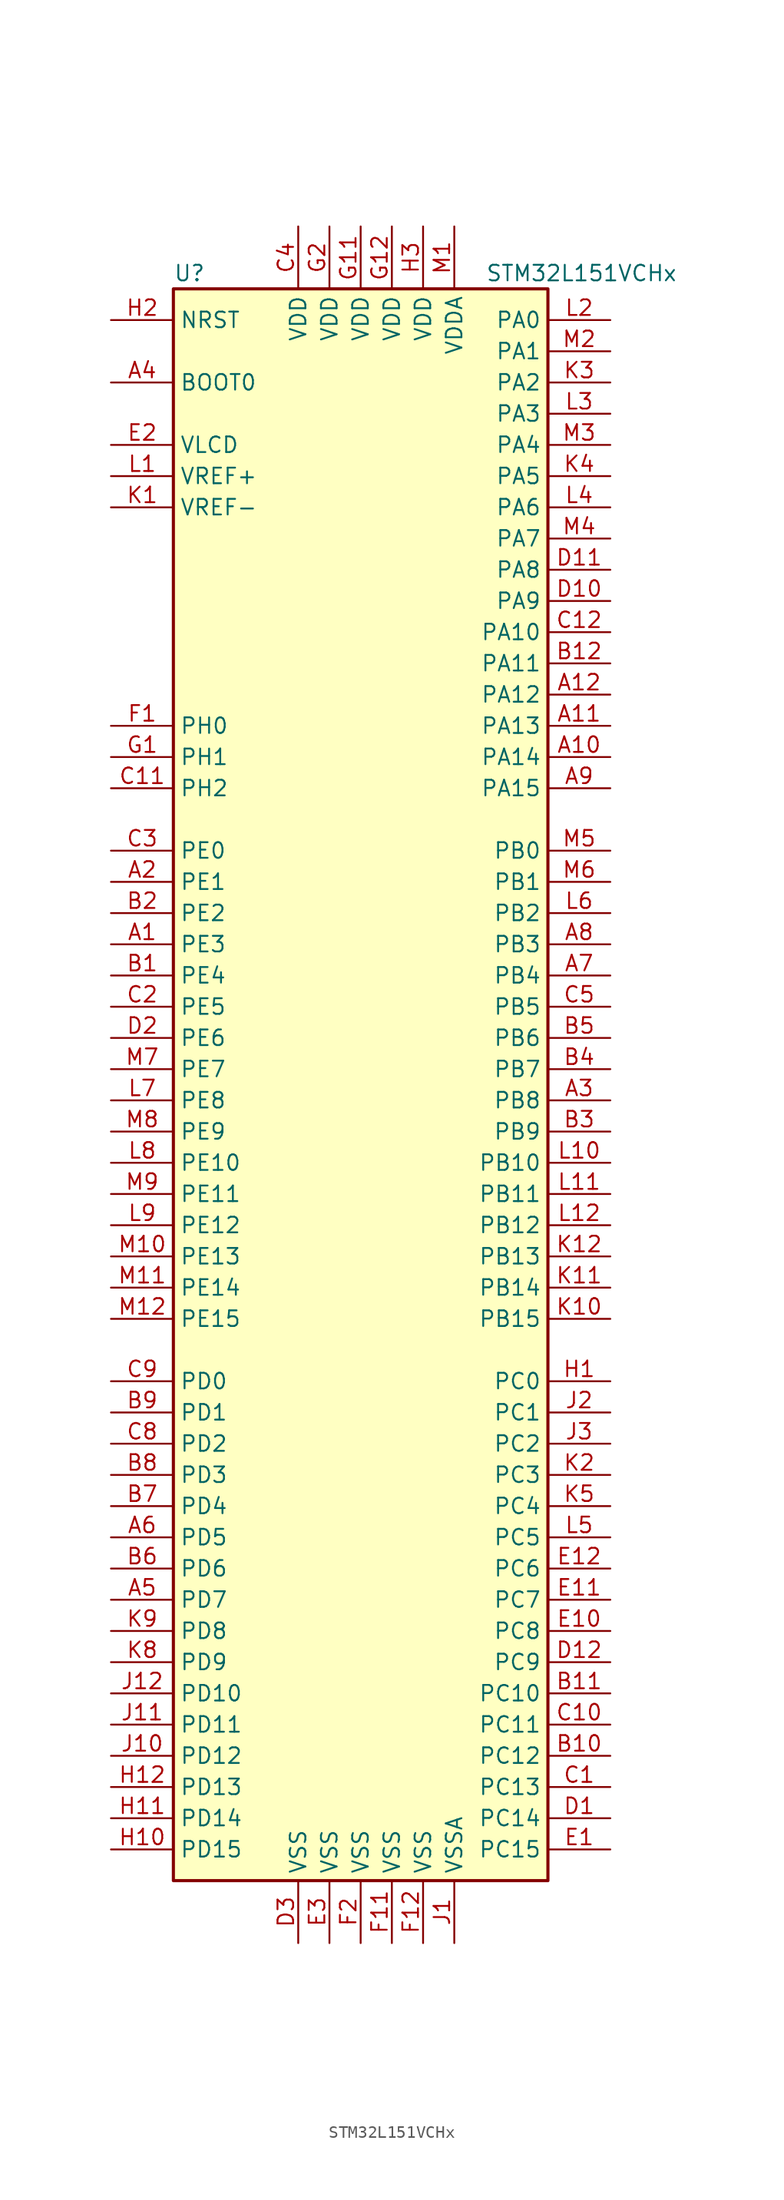
<source format=kicad_sym>
(kicad_symbol_lib
  (version 20211014)
  (generator kicad_symbol_editor)
  (symbol "STM32L151VCHx"
    (property "Reference" "U"
      (at -15.24 64.77 0)
      (effects (font (size 1.27 1.27)) (justify left)))
    (property "Value" "STM32L151VCHx"
      (at 10.16 64.77 0)
      (effects (font (size 1.27 1.27)) (justify left)))
    (symbol "STM32L151VCHx_0_1"
      (rectangle (start -15.24 -66.04) (end 15.24 63.5) (stroke (width 0.254) (type default) (color 0 0 0 0)) (fill (type background))))
    (symbol "STM32L151VCHx_1_1"
      (pin bidirectional line (at -20.32 10.16 0) (length 5.08) (name "PE3" (effects (font (size 1.27 1.27)))) (number "A1" (effects (font (size 1.27 1.27)))))
      (pin bidirectional line (at 20.32 25.4 180) (length 5.08) (name "PA14" (effects (font (size 1.27 1.27)))) (number "A10" (effects (font (size 1.27 1.27)))))
      (pin bidirectional line (at 20.32 27.94 180) (length 5.08) (name "PA13" (effects (font (size 1.27 1.27)))) (number "A11" (effects (font (size 1.27 1.27)))))
      (pin bidirectional line (at 20.32 30.48 180) (length 5.08) (name "PA12" (effects (font (size 1.27 1.27)))) (number "A12" (effects (font (size 1.27 1.27)))))
      (pin bidirectional line (at -20.32 15.24 0) (length 5.08) (name "PE1" (effects (font (size 1.27 1.27)))) (number "A2" (effects (font (size 1.27 1.27)))))
      (pin bidirectional line (at 20.32 -2.54 180) (length 5.08) (name "PB8" (effects (font (size 1.27 1.27)))) (number "A3" (effects (font (size 1.27 1.27)))))
      (pin input line (at -20.32 55.88 0) (length 5.08) (name "BOOT0" (effects (font (size 1.27 1.27)))) (number "A4" (effects (font (size 1.27 1.27)))))
      (pin bidirectional line (at -20.32 -43.18 0) (length 5.08) (name "PD7" (effects (font (size 1.27 1.27)))) (number "A5" (effects (font (size 1.27 1.27)))))
      (pin bidirectional line (at -20.32 -38.1 0) (length 5.08) (name "PD5" (effects (font (size 1.27 1.27)))) (number "A6" (effects (font (size 1.27 1.27)))))
      (pin bidirectional line (at 20.32 7.62 180) (length 5.08) (name "PB4" (effects (font (size 1.27 1.27)))) (number "A7" (effects (font (size 1.27 1.27)))))
      (pin bidirectional line (at 20.32 10.16 180) (length 5.08) (name "PB3" (effects (font (size 1.27 1.27)))) (number "A8" (effects (font (size 1.27 1.27)))))
      (pin bidirectional line (at 20.32 22.86 180) (length 5.08) (name "PA15" (effects (font (size 1.27 1.27)))) (number "A9" (effects (font (size 1.27 1.27)))))
      (pin bidirectional line (at -20.32 7.62 0) (length 5.08) (name "PE4" (effects (font (size 1.27 1.27)))) (number "B1" (effects (font (size 1.27 1.27)))))
      (pin bidirectional line (at 20.32 -55.88 180) (length 5.08) (name "PC12" (effects (font (size 1.27 1.27)))) (number "B10" (effects (font (size 1.27 1.27)))))
      (pin bidirectional line (at 20.32 -50.8 180) (length 5.08) (name "PC10" (effects (font (size 1.27 1.27)))) (number "B11" (effects (font (size 1.27 1.27)))))
      (pin bidirectional line (at 20.32 33.02 180) (length 5.08) (name "PA11" (effects (font (size 1.27 1.27)))) (number "B12" (effects (font (size 1.27 1.27)))))
      (pin bidirectional line (at -20.32 12.7 0) (length 5.08) (name "PE2" (effects (font (size 1.27 1.27)))) (number "B2" (effects (font (size 1.27 1.27)))))
      (pin bidirectional line (at 20.32 -5.08 180) (length 5.08) (name "PB9" (effects (font (size 1.27 1.27)))) (number "B3" (effects (font (size 1.27 1.27)))))
      (pin bidirectional line (at 20.32 0 180) (length 5.08) (name "PB7" (effects (font (size 1.27 1.27)))) (number "B4" (effects (font (size 1.27 1.27)))))
      (pin bidirectional line (at 20.32 2.54 180) (length 5.08) (name "PB6" (effects (font (size 1.27 1.27)))) (number "B5" (effects (font (size 1.27 1.27)))))
      (pin bidirectional line (at -20.32 -40.64 0) (length 5.08) (name "PD6" (effects (font (size 1.27 1.27)))) (number "B6" (effects (font (size 1.27 1.27)))))
      (pin bidirectional line (at -20.32 -35.56 0) (length 5.08) (name "PD4" (effects (font (size 1.27 1.27)))) (number "B7" (effects (font (size 1.27 1.27)))))
      (pin bidirectional line (at -20.32 -33.02 0) (length 5.08) (name "PD3" (effects (font (size 1.27 1.27)))) (number "B8" (effects (font (size 1.27 1.27)))))
      (pin bidirectional line (at -20.32 -27.94 0) (length 5.08) (name "PD1" (effects (font (size 1.27 1.27)))) (number "B9" (effects (font (size 1.27 1.27)))))
      (pin bidirectional line (at 20.32 -58.42 180) (length 5.08) (name "PC13" (effects (font (size 1.27 1.27)))) (number "C1" (effects (font (size 1.27 1.27)))))
      (pin bidirectional line (at 20.32 -53.34 180) (length 5.08) (name "PC11" (effects (font (size 1.27 1.27)))) (number "C10" (effects (font (size 1.27 1.27)))))
      (pin bidirectional line (at -20.32 22.86 0) (length 5.08) (name "PH2" (effects (font (size 1.27 1.27)))) (number "C11" (effects (font (size 1.27 1.27)))))
      (pin bidirectional line (at 20.32 35.56 180) (length 5.08) (name "PA10" (effects (font (size 1.27 1.27)))) (number "C12" (effects (font (size 1.27 1.27)))))
      (pin bidirectional line (at -20.32 5.08 0) (length 5.08) (name "PE5" (effects (font (size 1.27 1.27)))) (number "C2" (effects (font (size 1.27 1.27)))))
      (pin bidirectional line (at -20.32 17.78 0) (length 5.08) (name "PE0" (effects (font (size 1.27 1.27)))) (number "C3" (effects (font (size 1.27 1.27)))))
      (pin power_in line (at -5.08 68.58 270) (length 5.08) (name "VDD" (effects (font (size 1.27 1.27)))) (number "C4" (effects (font (size 1.27 1.27)))))
      (pin bidirectional line (at 20.32 5.08 180) (length 5.08) (name "PB5" (effects (font (size 1.27 1.27)))) (number "C5" (effects (font (size 1.27 1.27)))))
      (pin bidirectional line (at -20.32 -30.48 0) (length 5.08) (name "PD2" (effects (font (size 1.27 1.27)))) (number "C8" (effects (font (size 1.27 1.27)))))
      (pin bidirectional line (at -20.32 -25.4 0) (length 5.08) (name "PD0" (effects (font (size 1.27 1.27)))) (number "C9" (effects (font (size 1.27 1.27)))))
      (pin bidirectional line (at 20.32 -60.96 180) (length 5.08) (name "PC14" (effects (font (size 1.27 1.27)))) (number "D1" (effects (font (size 1.27 1.27)))))
      (pin bidirectional line (at 20.32 38.1 180) (length 5.08) (name "PA9" (effects (font (size 1.27 1.27)))) (number "D10" (effects (font (size 1.27 1.27)))))
      (pin bidirectional line (at 20.32 40.64 180) (length 5.08) (name "PA8" (effects (font (size 1.27 1.27)))) (number "D11" (effects (font (size 1.27 1.27)))))
      (pin bidirectional line (at 20.32 -48.26 180) (length 5.08) (name "PC9" (effects (font (size 1.27 1.27)))) (number "D12" (effects (font (size 1.27 1.27)))))
      (pin bidirectional line (at -20.32 2.54 0) (length 5.08) (name "PE6" (effects (font (size 1.27 1.27)))) (number "D2" (effects (font (size 1.27 1.27)))))
      (pin power_in line (at -5.08 -71.12 90) (length 5.08) (name "VSS" (effects (font (size 1.27 1.27)))) (number "D3" (effects (font (size 1.27 1.27)))))
      (pin bidirectional line (at 20.32 -63.5 180) (length 5.08) (name "PC15" (effects (font (size 1.27 1.27)))) (number "E1" (effects (font (size 1.27 1.27)))))
      (pin bidirectional line (at 20.32 -45.72 180) (length 5.08) (name "PC8" (effects (font (size 1.27 1.27)))) (number "E10" (effects (font (size 1.27 1.27)))))
      (pin bidirectional line (at 20.32 -43.18 180) (length 5.08) (name "PC7" (effects (font (size 1.27 1.27)))) (number "E11" (effects (font (size 1.27 1.27)))))
      (pin bidirectional line (at 20.32 -40.64 180) (length 5.08) (name "PC6" (effects (font (size 1.27 1.27)))) (number "E12" (effects (font (size 1.27 1.27)))))
      (pin power_in line (at -20.32 50.8 0) (length 5.08) (name "VLCD" (effects (font (size 1.27 1.27)))) (number "E2" (effects (font (size 1.27 1.27)))))
      (pin power_in line (at -2.54 -71.12 90) (length 5.08) (name "VSS" (effects (font (size 1.27 1.27)))) (number "E3" (effects (font (size 1.27 1.27)))))
      (pin input line (at -20.32 27.94 0) (length 5.08) (name "PH0" (effects (font (size 1.27 1.27)))) (number "F1" (effects (font (size 1.27 1.27)))))
      (pin power_in line (at 2.54 -71.12 90) (length 5.08) (name "VSS" (effects (font (size 1.27 1.27)))) (number "F11" (effects (font (size 1.27 1.27)))))
      (pin power_in line (at 5.08 -71.12 90) (length 5.08) (name "VSS" (effects (font (size 1.27 1.27)))) (number "F12" (effects (font (size 1.27 1.27)))))
      (pin power_in line (at 0 -71.12 90) (length 5.08) (name "VSS" (effects (font (size 1.27 1.27)))) (number "F2" (effects (font (size 1.27 1.27)))))
      (pin input line (at -20.32 25.4 0) (length 5.08) (name "PH1" (effects (font (size 1.27 1.27)))) (number "G1" (effects (font (size 1.27 1.27)))))
      (pin power_in line (at 0 68.58 270) (length 5.08) (name "VDD" (effects (font (size 1.27 1.27)))) (number "G11" (effects (font (size 1.27 1.27)))))
      (pin power_in line (at 2.54 68.58 270) (length 5.08) (name "VDD" (effects (font (size 1.27 1.27)))) (number "G12" (effects (font (size 1.27 1.27)))))
      (pin power_in line (at -2.54 68.58 270) (length 5.08) (name "VDD" (effects (font (size 1.27 1.27)))) (number "G2" (effects (font (size 1.27 1.27)))))
      (pin bidirectional line (at 20.32 -25.4 180) (length 5.08) (name "PC0" (effects (font (size 1.27 1.27)))) (number "H1" (effects (font (size 1.27 1.27)))))
      (pin bidirectional line (at -20.32 -63.5 0) (length 5.08) (name "PD15" (effects (font (size 1.27 1.27)))) (number "H10" (effects (font (size 1.27 1.27)))))
      (pin bidirectional line (at -20.32 -60.96 0) (length 5.08) (name "PD14" (effects (font (size 1.27 1.27)))) (number "H11" (effects (font (size 1.27 1.27)))))
      (pin bidirectional line (at -20.32 -58.42 0) (length 5.08) (name "PD13" (effects (font (size 1.27 1.27)))) (number "H12" (effects (font (size 1.27 1.27)))))
      (pin input line (at -20.32 60.96 0) (length 5.08) (name "NRST" (effects (font (size 1.27 1.27)))) (number "H2" (effects (font (size 1.27 1.27)))))
      (pin power_in line (at 5.08 68.58 270) (length 5.08) (name "VDD" (effects (font (size 1.27 1.27)))) (number "H3" (effects (font (size 1.27 1.27)))))
      (pin power_in line (at 7.62 -71.12 90) (length 5.08) (name "VSSA" (effects (font (size 1.27 1.27)))) (number "J1" (effects (font (size 1.27 1.27)))))
      (pin bidirectional line (at -20.32 -55.88 0) (length 5.08) (name "PD12" (effects (font (size 1.27 1.27)))) (number "J10" (effects (font (size 1.27 1.27)))))
      (pin bidirectional line (at -20.32 -53.34 0) (length 5.08) (name "PD11" (effects (font (size 1.27 1.27)))) (number "J11" (effects (font (size 1.27 1.27)))))
      (pin bidirectional line (at -20.32 -50.8 0) (length 5.08) (name "PD10" (effects (font (size 1.27 1.27)))) (number "J12" (effects (font (size 1.27 1.27)))))
      (pin bidirectional line (at 20.32 -27.94 180) (length 5.08) (name "PC1" (effects (font (size 1.27 1.27)))) (number "J2" (effects (font (size 1.27 1.27)))))
      (pin bidirectional line (at 20.32 -30.48 180) (length 5.08) (name "PC2" (effects (font (size 1.27 1.27)))) (number "J3" (effects (font (size 1.27 1.27)))))
      (pin power_in line (at -20.32 45.72 0) (length 5.08) (name "VREF-" (effects (font (size 1.27 1.27)))) (number "K1" (effects (font (size 1.27 1.27)))))
      (pin bidirectional line (at 20.32 -20.32 180) (length 5.08) (name "PB15" (effects (font (size 1.27 1.27)))) (number "K10" (effects (font (size 1.27 1.27)))))
      (pin bidirectional line (at 20.32 -17.78 180) (length 5.08) (name "PB14" (effects (font (size 1.27 1.27)))) (number "K11" (effects (font (size 1.27 1.27)))))
      (pin bidirectional line (at 20.32 -15.24 180) (length 5.08) (name "PB13" (effects (font (size 1.27 1.27)))) (number "K12" (effects (font (size 1.27 1.27)))))
      (pin bidirectional line (at 20.32 -33.02 180) (length 5.08) (name "PC3" (effects (font (size 1.27 1.27)))) (number "K2" (effects (font (size 1.27 1.27)))))
      (pin bidirectional line (at 20.32 55.88 180) (length 5.08) (name "PA2" (effects (font (size 1.27 1.27)))) (number "K3" (effects (font (size 1.27 1.27)))))
      (pin bidirectional line (at 20.32 48.26 180) (length 5.08) (name "PA5" (effects (font (size 1.27 1.27)))) (number "K4" (effects (font (size 1.27 1.27)))))
      (pin bidirectional line (at 20.32 -35.56 180) (length 5.08) (name "PC4" (effects (font (size 1.27 1.27)))) (number "K5" (effects (font (size 1.27 1.27)))))
      (pin bidirectional line (at -20.32 -48.26 0) (length 5.08) (name "PD9" (effects (font (size 1.27 1.27)))) (number "K8" (effects (font (size 1.27 1.27)))))
      (pin bidirectional line (at -20.32 -45.72 0) (length 5.08) (name "PD8" (effects (font (size 1.27 1.27)))) (number "K9" (effects (font (size 1.27 1.27)))))
      (pin power_in line (at -20.32 48.26 0) (length 5.08) (name "VREF+" (effects (font (size 1.27 1.27)))) (number "L1" (effects (font (size 1.27 1.27)))))
      (pin bidirectional line (at 20.32 -7.62 180) (length 5.08) (name "PB10" (effects (font (size 1.27 1.27)))) (number "L10" (effects (font (size 1.27 1.27)))))
      (pin bidirectional line (at 20.32 -10.16 180) (length 5.08) (name "PB11" (effects (font (size 1.27 1.27)))) (number "L11" (effects (font (size 1.27 1.27)))))
      (pin bidirectional line (at 20.32 -12.7 180) (length 5.08) (name "PB12" (effects (font (size 1.27 1.27)))) (number "L12" (effects (font (size 1.27 1.27)))))
      (pin bidirectional line (at 20.32 60.96 180) (length 5.08) (name "PA0" (effects (font (size 1.27 1.27)))) (number "L2" (effects (font (size 1.27 1.27)))))
      (pin bidirectional line (at 20.32 53.34 180) (length 5.08) (name "PA3" (effects (font (size 1.27 1.27)))) (number "L3" (effects (font (size 1.27 1.27)))))
      (pin bidirectional line (at 20.32 45.72 180) (length 5.08) (name "PA6" (effects (font (size 1.27 1.27)))) (number "L4" (effects (font (size 1.27 1.27)))))
      (pin bidirectional line (at 20.32 -38.1 180) (length 5.08) (name "PC5" (effects (font (size 1.27 1.27)))) (number "L5" (effects (font (size 1.27 1.27)))))
      (pin bidirectional line (at 20.32 12.7 180) (length 5.08) (name "PB2" (effects (font (size 1.27 1.27)))) (number "L6" (effects (font (size 1.27 1.27)))))
      (pin bidirectional line (at -20.32 -2.54 0) (length 5.08) (name "PE8" (effects (font (size 1.27 1.27)))) (number "L7" (effects (font (size 1.27 1.27)))))
      (pin bidirectional line (at -20.32 -7.62 0) (length 5.08) (name "PE10" (effects (font (size 1.27 1.27)))) (number "L8" (effects (font (size 1.27 1.27)))))
      (pin bidirectional line (at -20.32 -12.7 0) (length 5.08) (name "PE12" (effects (font (size 1.27 1.27)))) (number "L9" (effects (font (size 1.27 1.27)))))
      (pin power_in line (at 7.62 68.58 270) (length 5.08) (name "VDDA" (effects (font (size 1.27 1.27)))) (number "M1" (effects (font (size 1.27 1.27)))))
      (pin bidirectional line (at -20.32 -15.24 0) (length 5.08) (name "PE13" (effects (font (size 1.27 1.27)))) (number "M10" (effects (font (size 1.27 1.27)))))
      (pin bidirectional line (at -20.32 -17.78 0) (length 5.08) (name "PE14" (effects (font (size 1.27 1.27)))) (number "M11" (effects (font (size 1.27 1.27)))))
      (pin bidirectional line (at -20.32 -20.32 0) (length 5.08) (name "PE15" (effects (font (size 1.27 1.27)))) (number "M12" (effects (font (size 1.27 1.27)))))
      (pin bidirectional line (at 20.32 58.42 180) (length 5.08) (name "PA1" (effects (font (size 1.27 1.27)))) (number "M2" (effects (font (size 1.27 1.27)))))
      (pin bidirectional line (at 20.32 50.8 180) (length 5.08) (name "PA4" (effects (font (size 1.27 1.27)))) (number "M3" (effects (font (size 1.27 1.27)))))
      (pin bidirectional line (at 20.32 43.18 180) (length 5.08) (name "PA7" (effects (font (size 1.27 1.27)))) (number "M4" (effects (font (size 1.27 1.27)))))
      (pin bidirectional line (at 20.32 17.78 180) (length 5.08) (name "PB0" (effects (font (size 1.27 1.27)))) (number "M5" (effects (font (size 1.27 1.27)))))
      (pin bidirectional line (at 20.32 15.24 180) (length 5.08) (name "PB1" (effects (font (size 1.27 1.27)))) (number "M6" (effects (font (size 1.27 1.27)))))
      (pin bidirectional line (at -20.32 0 0) (length 5.08) (name "PE7" (effects (font (size 1.27 1.27)))) (number "M7" (effects (font (size 1.27 1.27)))))
      (pin bidirectional line (at -20.32 -5.08 0) (length 5.08) (name "PE9" (effects (font (size 1.27 1.27)))) (number "M8" (effects (font (size 1.27 1.27)))))
      (pin bidirectional line (at -20.32 -10.16 0) (length 5.08) (name "PE11" (effects (font (size 1.27 1.27)))) (number "M9" (effects (font (size 1.27 1.27))))))))
</source>
